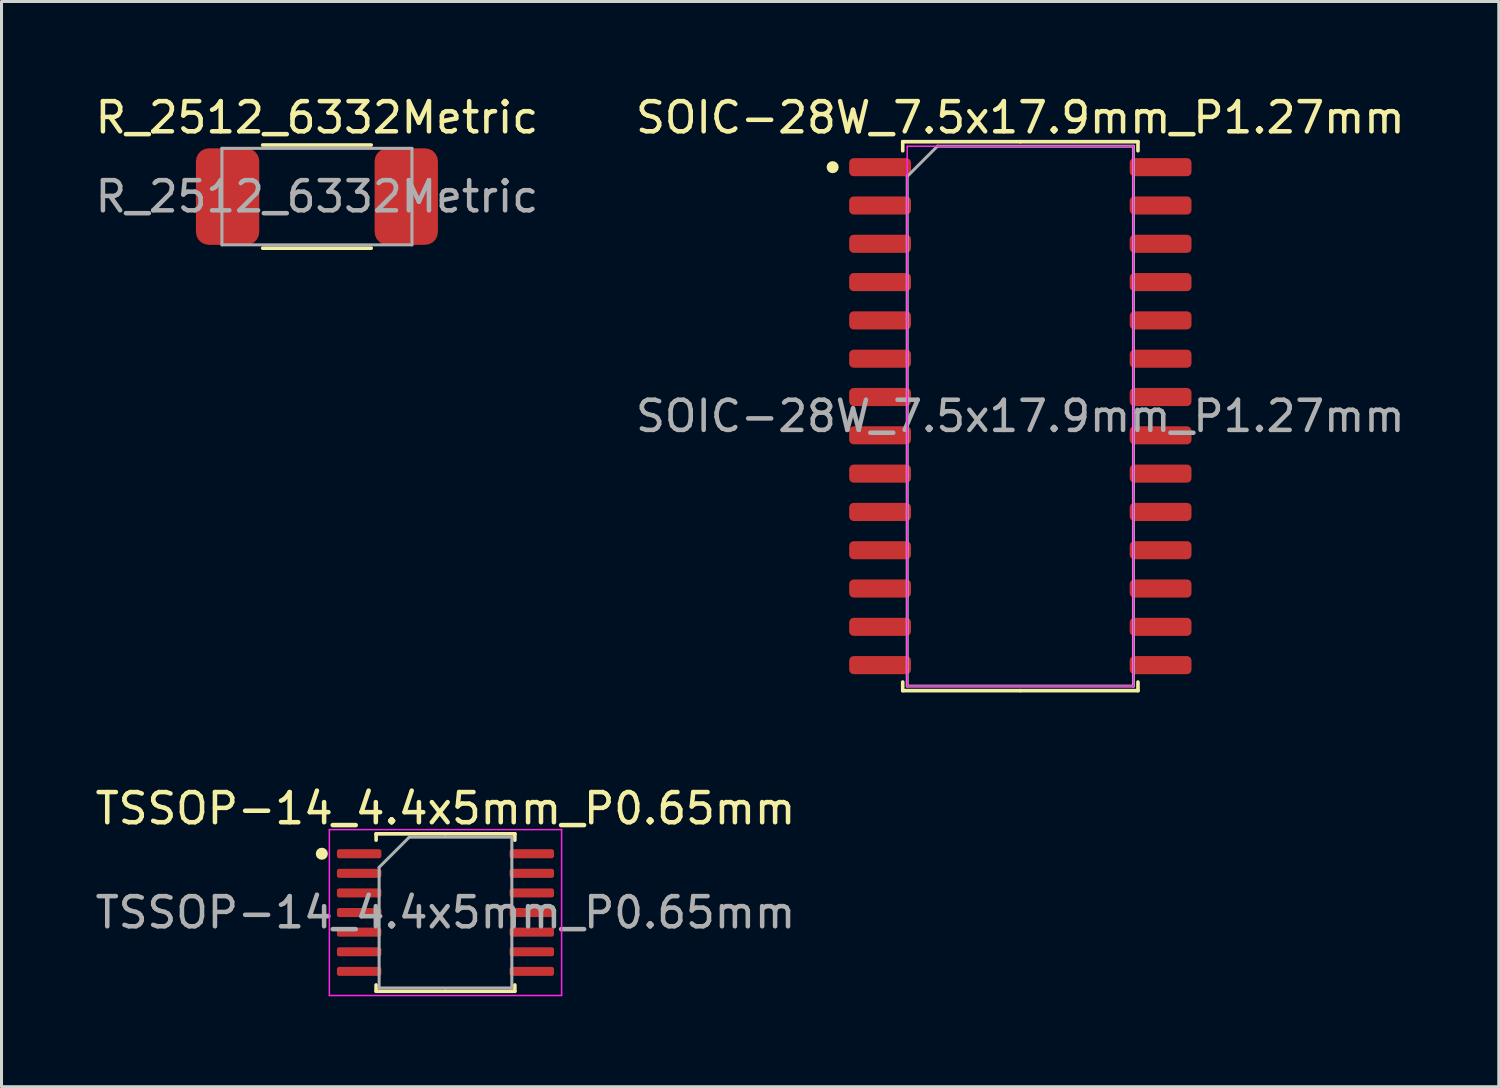
<source format=kicad_pcb>
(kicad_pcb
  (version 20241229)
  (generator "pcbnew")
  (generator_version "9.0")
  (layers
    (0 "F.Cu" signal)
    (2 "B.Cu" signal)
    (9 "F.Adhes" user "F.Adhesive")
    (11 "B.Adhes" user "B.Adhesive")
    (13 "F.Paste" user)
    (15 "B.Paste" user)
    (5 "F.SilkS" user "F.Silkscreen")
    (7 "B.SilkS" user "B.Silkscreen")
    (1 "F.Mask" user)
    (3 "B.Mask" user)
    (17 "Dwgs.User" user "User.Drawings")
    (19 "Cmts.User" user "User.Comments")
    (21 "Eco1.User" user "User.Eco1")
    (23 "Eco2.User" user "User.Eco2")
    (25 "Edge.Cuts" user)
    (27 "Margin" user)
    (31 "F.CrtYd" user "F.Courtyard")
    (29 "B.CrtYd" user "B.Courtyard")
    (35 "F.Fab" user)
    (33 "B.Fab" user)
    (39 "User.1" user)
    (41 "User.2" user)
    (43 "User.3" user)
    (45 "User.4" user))
  (footprint "TSSOP-14_4.4x5mm_P0.65mm"
    (layer "F.Cu")
    (at 11.72 27.206)
    (property "Reference" "TSSOP-14_4.4x5mm_P0.65mm" (at 0 -3.45 0) (layer "F.SilkS") (effects (font (size 1 1) (thickness 0.15))))
    (attr smd)
    (fp_line (start -2.3 -2.61) (end -2.3 -2.4) (stroke (width 0.12) (type solid)) (layer "F.SilkS"))
    (fp_line (start -2.3 -2.61) (end 0 -2.61) (stroke (width 0.12) (type solid)) (layer "F.SilkS"))
    (fp_line (start -2.3 2.4) (end -2.3 2.61) (stroke (width 0.12) (type solid)) (layer "F.SilkS"))
    (fp_line (start 0 -2.61) (end 2.3 -2.61) (stroke (width 0.12) (type solid)) (layer "F.SilkS"))
    (fp_line (start 0 2.61) (end -2.3 2.61) (stroke (width 0.12) (type solid)) (layer "F.SilkS"))
    (fp_line (start 0 2.61) (end 2.3 2.61) (stroke (width 0.12) (type solid)) (layer "F.SilkS"))
    (fp_line (start 2.3 -2.61) (end 2.3 -2.4) (stroke (width 0.12) (type solid)) (layer "F.SilkS"))
    (fp_line (start 2.3 2.4) (end 2.3 2.61) (stroke (width 0.12) (type solid)) (layer "F.SilkS"))
    (fp_circle (center -4.1 -1.95) (end -4 -1.95) (stroke (width 0.2) (type default)) (fill no) (layer "F.SilkS"))
    (fp_line (start -3.85 -2.75) (end -3.85 2.75) (stroke (width 0.05) (type solid)) (layer "F.CrtYd"))
    (fp_line (start -3.85 2.75) (end 3.85 2.75) (stroke (width 0.05) (type solid)) (layer "F.CrtYd"))
    (fp_line (start 3.85 -2.75) (end -3.85 -2.75) (stroke (width 0.05) (type solid)) (layer "F.CrtYd"))
    (fp_line (start 3.85 2.75) (end 3.85 -2.75) (stroke (width 0.05) (type solid)) (layer "F.CrtYd"))
    (fp_line (start -2.2 -1.5) (end -1.2 -2.5) (stroke (width 0.1) (type solid)) (layer "F.Fab"))
    (fp_line (start -2.2 2.5) (end -2.2 -1.5) (stroke (width 0.1) (type solid)) (layer "F.Fab"))
    (fp_line (start -1.2 -2.5) (end 2.2 -2.5) (stroke (width 0.1) (type solid)) (layer "F.Fab"))
    (fp_line (start 2.2 -2.5) (end 2.2 2.5) (stroke (width 0.1) (type solid)) (layer "F.Fab"))
    (fp_line (start 2.2 2.5) (end -2.2 2.5) (stroke (width 0.1) (type solid)) (layer "F.Fab"))
    (fp_text user "${REFERENCE}" (at 0 0 0) (layer "F.Fab") (effects (font (size 1 1) (thickness 0.15))))
    (pad "1" smd roundrect (at -2.862 -1.95) (size 1.475 0.3) (layers "F.Cu" "F.Mask" "F.Paste") (roundrect_rratio 0.25))
    (pad "2" smd roundrect (at -2.862 -1.3) (size 1.475 0.3) (layers "F.Cu" "F.Mask" "F.Paste") (roundrect_rratio 0.25))
    (pad "3" smd roundrect (at -2.862 -0.65) (size 1.475 0.3) (layers "F.Cu" "F.Mask" "F.Paste") (roundrect_rratio 0.25))
    (pad "4" smd roundrect (at -2.862 0) (size 1.475 0.3) (layers "F.Cu" "F.Mask" "F.Paste") (roundrect_rratio 0.25))
    (pad "5" smd roundrect (at -2.862 0.65) (size 1.475 0.3) (layers "F.Cu" "F.Mask" "F.Paste") (roundrect_rratio 0.25))
    (pad "6" smd roundrect (at -2.862 1.3) (size 1.475 0.3) (layers "F.Cu" "F.Mask" "F.Paste") (roundrect_rratio 0.25))
    (pad "7" smd roundrect (at -2.862 1.95) (size 1.475 0.3) (layers "F.Cu" "F.Mask" "F.Paste") (roundrect_rratio 0.25))
    (pad "8" smd roundrect (at 2.862 1.95) (size 1.475 0.3) (layers "F.Cu" "F.Mask" "F.Paste") (roundrect_rratio 0.25))
    (pad "9" smd roundrect (at 2.862 1.3) (size 1.475 0.3) (layers "F.Cu" "F.Mask" "F.Paste") (roundrect_rratio 0.25))
    (pad "10" smd roundrect (at 2.862 0.65) (size 1.475 0.3) (layers "F.Cu" "F.Mask" "F.Paste") (roundrect_rratio 0.25))
    (pad "11" smd roundrect (at 2.862 0) (size 1.475 0.3) (layers "F.Cu" "F.Mask" "F.Paste") (roundrect_rratio 0.25))
    (pad "12" smd roundrect (at 2.862 -0.65) (size 1.475 0.3) (layers "F.Cu" "F.Mask" "F.Paste") (roundrect_rratio 0.25))
    (pad "13" smd roundrect (at 2.862 -1.3) (size 1.475 0.3) (layers "F.Cu" "F.Mask" "F.Paste") (roundrect_rratio 0.25))
    (pad "14" smd roundrect (at 2.862 -1.95) (size 1.475 0.3) (layers "F.Cu" "F.Mask" "F.Paste") (roundrect_rratio 0.25)))
  (footprint "SOIC-28W_7.5x17.9mm_P1.27mm"
    (layer "F.Cu")
    (at 30.78 10.748)
    (property "Reference" "SOIC-28W_7.5x17.9mm_P1.27mm" (at 0 -9.9 0) (layer "F.SilkS") (effects (font (size 1 1) (thickness 0.15))))
    (attr smd)
    (fp_line (start -3.9 -9.1) (end -3.9 -8.8) (stroke (width 0.12) (type solid)) (layer "F.SilkS"))
    (fp_line (start -3.9 9.1) (end -3.9 8.815) (stroke (width 0.12) (type solid)) (layer "F.SilkS"))
    (fp_line (start 0 -9.1) (end -3.9 -9.1) (stroke (width 0.12) (type solid)) (layer "F.SilkS"))
    (fp_line (start 0 -9.1) (end 3.9 -9.1) (stroke (width 0.12) (type solid)) (layer "F.SilkS"))
    (fp_line (start 0 9.1) (end -3.9 9.1) (stroke (width 0.12) (type solid)) (layer "F.SilkS"))
    (fp_line (start 0 9.1) (end 3.9 9.1) (stroke (width 0.12) (type solid)) (layer "F.SilkS"))
    (fp_line (start 3.9 -9.1) (end 3.9 -8.8) (stroke (width 0.12) (type solid)) (layer "F.SilkS"))
    (fp_line (start 3.9 9.1) (end 3.9 8.815) (stroke (width 0.12) (type solid)) (layer "F.SilkS"))
    (fp_circle (center -6.223 -8.255) (end -6.123 -8.255) (stroke (width 0.2) (type solid)) (fill no) (layer "F.SilkS"))
    (fp_line (start -3.75 -8.95) (end -3.75 8.95) (stroke (width 0.05) (type solid)) (layer "F.CrtYd"))
    (fp_line (start -3.75 8.95) (end 3.75 8.95) (stroke (width 0.05) (type solid)) (layer "F.CrtYd"))
    (fp_line (start 3.75 -8.95) (end -3.75 -8.95) (stroke (width 0.05) (type solid)) (layer "F.CrtYd"))
    (fp_line (start 3.75 8.95) (end 3.75 -8.95) (stroke (width 0.05) (type solid)) (layer "F.CrtYd"))
    (fp_line (start -3.75 -7.95) (end -2.75 -8.95) (stroke (width 0.1) (type solid)) (layer "F.Fab"))
    (fp_line (start -3.75 8.95) (end -3.75 -7.95) (stroke (width 0.1) (type solid)) (layer "F.Fab"))
    (fp_line (start -2.75 -8.95) (end 3.75 -8.95) (stroke (width 0.1) (type solid)) (layer "F.Fab"))
    (fp_line (start 3.75 -8.95) (end 3.75 8.95) (stroke (width 0.1) (type solid)) (layer "F.Fab"))
    (fp_line (start 3.75 8.95) (end -3.75 8.95) (stroke (width 0.1) (type solid)) (layer "F.Fab"))
    (fp_text user "${REFERENCE}" (at 0 0 0) (layer "F.Fab") (effects (font (size 1 1) (thickness 0.15))))
    (pad "1" smd roundrect (at -4.65 -8.255) (size 2.05 0.6) (layers "F.Cu" "F.Mask" "F.Paste") (roundrect_rratio 0.25))
    (pad "2" smd roundrect (at -4.65 -6.985) (size 2.05 0.6) (layers "F.Cu" "F.Mask" "F.Paste") (roundrect_rratio 0.25))
    (pad "3" smd roundrect (at -4.65 -5.715) (size 2.05 0.6) (layers "F.Cu" "F.Mask" "F.Paste") (roundrect_rratio 0.25))
    (pad "4" smd roundrect (at -4.65 -4.445) (size 2.05 0.6) (layers "F.Cu" "F.Mask" "F.Paste") (roundrect_rratio 0.25))
    (pad "5" smd roundrect (at -4.65 -3.175) (size 2.05 0.6) (layers "F.Cu" "F.Mask" "F.Paste") (roundrect_rratio 0.25))
    (pad "6" smd roundrect (at -4.65 -1.905) (size 2.05 0.6) (layers "F.Cu" "F.Mask" "F.Paste") (roundrect_rratio 0.25))
    (pad "7" smd roundrect (at -4.65 -0.635) (size 2.05 0.6) (layers "F.Cu" "F.Mask" "F.Paste") (roundrect_rratio 0.25))
    (pad "8" smd roundrect (at -4.65 0.635) (size 2.05 0.6) (layers "F.Cu" "F.Mask" "F.Paste") (roundrect_rratio 0.25))
    (pad "9" smd roundrect (at -4.65 1.905) (size 2.05 0.6) (layers "F.Cu" "F.Mask" "F.Paste") (roundrect_rratio 0.25))
    (pad "10" smd roundrect (at -4.65 3.175) (size 2.05 0.6) (layers "F.Cu" "F.Mask" "F.Paste") (roundrect_rratio 0.25))
    (pad "11" smd roundrect (at -4.65 4.445) (size 2.05 0.6) (layers "F.Cu" "F.Mask" "F.Paste") (roundrect_rratio 0.25))
    (pad "12" smd roundrect (at -4.65 5.715) (size 2.05 0.6) (layers "F.Cu" "F.Mask" "F.Paste") (roundrect_rratio 0.25))
    (pad "13" smd roundrect (at -4.65 6.985) (size 2.05 0.6) (layers "F.Cu" "F.Mask" "F.Paste") (roundrect_rratio 0.25))
    (pad "14" smd roundrect (at -4.65 8.255) (size 2.05 0.6) (layers "F.Cu" "F.Mask" "F.Paste") (roundrect_rratio 0.25))
    (pad "15" smd roundrect (at 4.65 8.255) (size 2.05 0.6) (layers "F.Cu" "F.Mask" "F.Paste") (roundrect_rratio 0.25))
    (pad "16" smd roundrect (at 4.65 6.985) (size 2.05 0.6) (layers "F.Cu" "F.Mask" "F.Paste") (roundrect_rratio 0.25))
    (pad "17" smd roundrect (at 4.65 5.715) (size 2.05 0.6) (layers "F.Cu" "F.Mask" "F.Paste") (roundrect_rratio 0.25))
    (pad "18" smd roundrect (at 4.65 4.445) (size 2.05 0.6) (layers "F.Cu" "F.Mask" "F.Paste") (roundrect_rratio 0.25))
    (pad "19" smd roundrect (at 4.65 3.175) (size 2.05 0.6) (layers "F.Cu" "F.Mask" "F.Paste") (roundrect_rratio 0.25))
    (pad "20" smd roundrect (at 4.65 1.905) (size 2.05 0.6) (layers "F.Cu" "F.Mask" "F.Paste") (roundrect_rratio 0.25))
    (pad "21" smd roundrect (at 4.65 0.635) (size 2.05 0.6) (layers "F.Cu" "F.Mask" "F.Paste") (roundrect_rratio 0.25))
    (pad "22" smd roundrect (at 4.65 -0.635) (size 2.05 0.6) (layers "F.Cu" "F.Mask" "F.Paste") (roundrect_rratio 0.25))
    (pad "23" smd roundrect (at 4.65 -1.905) (size 2.05 0.6) (layers "F.Cu" "F.Mask" "F.Paste") (roundrect_rratio 0.25))
    (pad "24" smd roundrect (at 4.65 -3.175) (size 2.05 0.6) (layers "F.Cu" "F.Mask" "F.Paste") (roundrect_rratio 0.25))
    (pad "25" smd roundrect (at 4.65 -4.445) (size 2.05 0.6) (layers "F.Cu" "F.Mask" "F.Paste") (roundrect_rratio 0.25))
    (pad "26" smd roundrect (at 4.65 -5.715) (size 2.05 0.6) (layers "F.Cu" "F.Mask" "F.Paste") (roundrect_rratio 0.25))
    (pad "27" smd roundrect (at 4.65 -6.985) (size 2.05 0.6) (layers "F.Cu" "F.Mask" "F.Paste") (roundrect_rratio 0.25))
    (pad "28" smd roundrect (at 4.65 -8.255) (size 2.05 0.6) (layers "F.Cu" "F.Mask" "F.Paste") (roundrect_rratio 0.25)))
  (footprint "R_2512_6332Metric"
    (layer "F.Cu")
    (at 7.458 3.468)
    (property "Reference" "R_2512_6332Metric" (at 0 -2.62 0) (layer "F.SilkS") (effects (font (size 1 1) (thickness 0.15))))
    (attr smd)
    (fp_line (start -1.8 -1.71) (end 1.8 -1.71) (stroke (width 0.12) (type solid)) (layer "F.SilkS"))
    (fp_line (start -1.8 1.71) (end 1.8 1.71) (stroke (width 0.12) (type solid)) (layer "F.SilkS"))
    (fp_line (start -3.15 -1.6) (end 3.15 -1.6) (stroke (width 0.1) (type solid)) (layer "F.Fab"))
    (fp_line (start -3.15 1.6) (end -3.15 -1.6) (stroke (width 0.1) (type solid)) (layer "F.Fab"))
    (fp_line (start 3.15 -1.6) (end 3.15 1.6) (stroke (width 0.1) (type solid)) (layer "F.Fab"))
    (fp_line (start 3.15 1.6) (end -3.15 1.6) (stroke (width 0.1) (type solid)) (layer "F.Fab"))
    (fp_text user "${REFERENCE}" (at 0 0 0) (layer "F.Fab") (effects (font (size 1 1) (thickness 0.15))))
    (pad "1" smd roundrect (at -2.962 0) (size 2.1 3.2) (layers "F.Cu" "F.Mask" "F.Paste") (roundrect_rratio 0.204))
    (pad "2" smd roundrect (at 2.962 0) (size 2.1 3.2) (layers "F.Cu" "F.Mask" "F.Paste") (roundrect_rratio 0.204)))
  (gr_rect
    (start -3 -3)
    (end 46.643 32.981)
    (stroke (width 0.1) (type default))
    (fill no)
    (layer "Edge.Cuts")))
</source>
